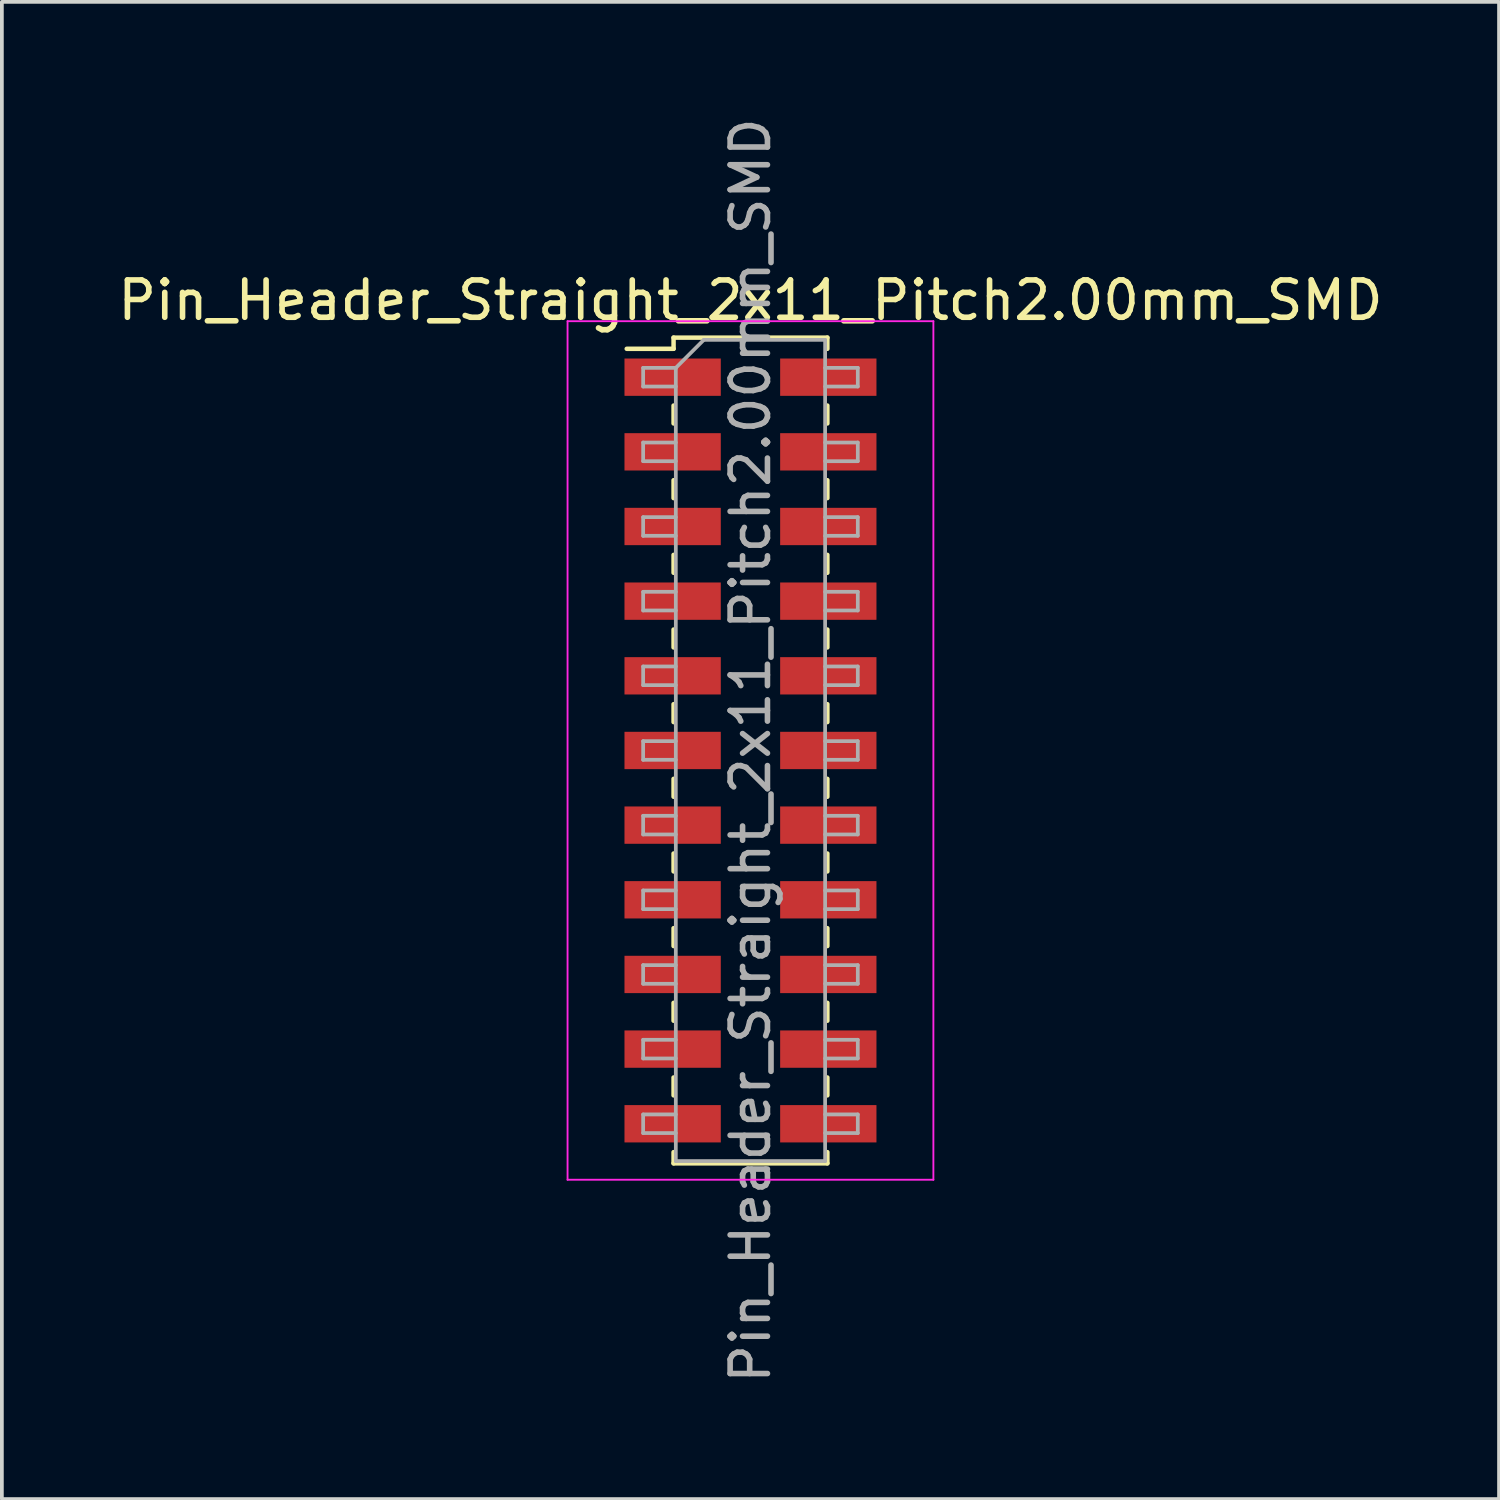
<source format=kicad_pcb>
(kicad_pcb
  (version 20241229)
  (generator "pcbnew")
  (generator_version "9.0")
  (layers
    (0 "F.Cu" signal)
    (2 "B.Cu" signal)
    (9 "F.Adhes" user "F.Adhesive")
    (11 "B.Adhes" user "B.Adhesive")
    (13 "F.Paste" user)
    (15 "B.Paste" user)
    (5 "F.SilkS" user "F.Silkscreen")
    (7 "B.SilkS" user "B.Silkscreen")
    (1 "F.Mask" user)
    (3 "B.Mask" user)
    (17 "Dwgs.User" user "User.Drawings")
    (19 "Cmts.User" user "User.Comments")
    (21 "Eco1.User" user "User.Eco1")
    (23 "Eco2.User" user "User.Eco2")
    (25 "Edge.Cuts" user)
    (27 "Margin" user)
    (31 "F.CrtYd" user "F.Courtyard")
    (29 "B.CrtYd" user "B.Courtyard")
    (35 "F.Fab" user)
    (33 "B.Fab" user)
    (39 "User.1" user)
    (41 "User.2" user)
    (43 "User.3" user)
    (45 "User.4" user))
  (footprint "Pin_Header_Straight_2x11_Pitch2.00mm_SMD"
    (layer "F.Cu")
    (at 17.054 17.054)
    (property "Reference" "Pin_Header_Straight_2x11_Pitch2.00mm_SMD" (at 0 -12.06 0) (layer "F.SilkS") (effects (font (size 1 1) (thickness 0.15))))
    (attr smd)
    (fp_line (start -3.315 -10.76) (end -2.06 -10.76) (stroke (width 0.12) (type solid)) (layer "F.SilkS"))
    (fp_line (start -2.06 -11.06) (end -2.06 -10.76) (stroke (width 0.12) (type solid)) (layer "F.SilkS"))
    (fp_line (start -2.06 -11.06) (end 2.06 -11.06) (stroke (width 0.12) (type solid)) (layer "F.SilkS"))
    (fp_line (start -2.06 -9.24) (end -2.06 -8.76) (stroke (width 0.12) (type solid)) (layer "F.SilkS"))
    (fp_line (start -2.06 -7.24) (end -2.06 -6.76) (stroke (width 0.12) (type solid)) (layer "F.SilkS"))
    (fp_line (start -2.06 -5.24) (end -2.06 -4.76) (stroke (width 0.12) (type solid)) (layer "F.SilkS"))
    (fp_line (start -2.06 -3.24) (end -2.06 -2.76) (stroke (width 0.12) (type solid)) (layer "F.SilkS"))
    (fp_line (start -2.06 -1.24) (end -2.06 -0.76) (stroke (width 0.12) (type solid)) (layer "F.SilkS"))
    (fp_line (start -2.06 0.76) (end -2.06 1.24) (stroke (width 0.12) (type solid)) (layer "F.SilkS"))
    (fp_line (start -2.06 2.76) (end -2.06 3.24) (stroke (width 0.12) (type solid)) (layer "F.SilkS"))
    (fp_line (start -2.06 4.76) (end -2.06 5.24) (stroke (width 0.12) (type solid)) (layer "F.SilkS"))
    (fp_line (start -2.06 6.76) (end -2.06 7.24) (stroke (width 0.12) (type solid)) (layer "F.SilkS"))
    (fp_line (start -2.06 8.76) (end -2.06 9.24) (stroke (width 0.12) (type solid)) (layer "F.SilkS"))
    (fp_line (start -2.06 10.76) (end -2.06 11.06) (stroke (width 0.12) (type solid)) (layer "F.SilkS"))
    (fp_line (start -2.06 11.06) (end 2.06 11.06) (stroke (width 0.12) (type solid)) (layer "F.SilkS"))
    (fp_line (start 2.06 -11.06) (end 2.06 -10.76) (stroke (width 0.12) (type solid)) (layer "F.SilkS"))
    (fp_line (start 2.06 -9.24) (end 2.06 -8.76) (stroke (width 0.12) (type solid)) (layer "F.SilkS"))
    (fp_line (start 2.06 -7.24) (end 2.06 -6.76) (stroke (width 0.12) (type solid)) (layer "F.SilkS"))
    (fp_line (start 2.06 -5.24) (end 2.06 -4.76) (stroke (width 0.12) (type solid)) (layer "F.SilkS"))
    (fp_line (start 2.06 -3.24) (end 2.06 -2.76) (stroke (width 0.12) (type solid)) (layer "F.SilkS"))
    (fp_line (start 2.06 -1.24) (end 2.06 -0.76) (stroke (width 0.12) (type solid)) (layer "F.SilkS"))
    (fp_line (start 2.06 0.76) (end 2.06 1.24) (stroke (width 0.12) (type solid)) (layer "F.SilkS"))
    (fp_line (start 2.06 2.76) (end 2.06 3.24) (stroke (width 0.12) (type solid)) (layer "F.SilkS"))
    (fp_line (start 2.06 4.76) (end 2.06 5.24) (stroke (width 0.12) (type solid)) (layer "F.SilkS"))
    (fp_line (start 2.06 6.76) (end 2.06 7.24) (stroke (width 0.12) (type solid)) (layer "F.SilkS"))
    (fp_line (start 2.06 8.76) (end 2.06 9.24) (stroke (width 0.12) (type solid)) (layer "F.SilkS"))
    (fp_line (start 2.06 10.76) (end 2.06 11.06) (stroke (width 0.12) (type solid)) (layer "F.SilkS"))
    (fp_line (start -4.9 -11.5) (end -4.9 11.5) (stroke (width 0.05) (type solid)) (layer "F.CrtYd"))
    (fp_line (start -4.9 11.5) (end 4.9 11.5) (stroke (width 0.05) (type solid)) (layer "F.CrtYd"))
    (fp_line (start 4.9 -11.5) (end -4.9 -11.5) (stroke (width 0.05) (type solid)) (layer "F.CrtYd"))
    (fp_line (start 4.9 11.5) (end 4.9 -11.5) (stroke (width 0.05) (type solid)) (layer "F.CrtYd"))
    (fp_line (start -2.875 -10.25) (end -2.875 -9.75) (stroke (width 0.1) (type solid)) (layer "F.Fab"))
    (fp_line (start -2.875 -9.75) (end -2 -9.75) (stroke (width 0.1) (type solid)) (layer "F.Fab"))
    (fp_line (start -2.875 -8.25) (end -2.875 -7.75) (stroke (width 0.1) (type solid)) (layer "F.Fab"))
    (fp_line (start -2.875 -7.75) (end -2 -7.75) (stroke (width 0.1) (type solid)) (layer "F.Fab"))
    (fp_line (start -2.875 -6.25) (end -2.875 -5.75) (stroke (width 0.1) (type solid)) (layer "F.Fab"))
    (fp_line (start -2.875 -5.75) (end -2 -5.75) (stroke (width 0.1) (type solid)) (layer "F.Fab"))
    (fp_line (start -2.875 -4.25) (end -2.875 -3.75) (stroke (width 0.1) (type solid)) (layer "F.Fab"))
    (fp_line (start -2.875 -3.75) (end -2 -3.75) (stroke (width 0.1) (type solid)) (layer "F.Fab"))
    (fp_line (start -2.875 -2.25) (end -2.875 -1.75) (stroke (width 0.1) (type solid)) (layer "F.Fab"))
    (fp_line (start -2.875 -1.75) (end -2 -1.75) (stroke (width 0.1) (type solid)) (layer "F.Fab"))
    (fp_line (start -2.875 -0.25) (end -2.875 0.25) (stroke (width 0.1) (type solid)) (layer "F.Fab"))
    (fp_line (start -2.875 0.25) (end -2 0.25) (stroke (width 0.1) (type solid)) (layer "F.Fab"))
    (fp_line (start -2.875 1.75) (end -2.875 2.25) (stroke (width 0.1) (type solid)) (layer "F.Fab"))
    (fp_line (start -2.875 2.25) (end -2 2.25) (stroke (width 0.1) (type solid)) (layer "F.Fab"))
    (fp_line (start -2.875 3.75) (end -2.875 4.25) (stroke (width 0.1) (type solid)) (layer "F.Fab"))
    (fp_line (start -2.875 4.25) (end -2 4.25) (stroke (width 0.1) (type solid)) (layer "F.Fab"))
    (fp_line (start -2.875 5.75) (end -2.875 6.25) (stroke (width 0.1) (type solid)) (layer "F.Fab"))
    (fp_line (start -2.875 6.25) (end -2 6.25) (stroke (width 0.1) (type solid)) (layer "F.Fab"))
    (fp_line (start -2.875 7.75) (end -2.875 8.25) (stroke (width 0.1) (type solid)) (layer "F.Fab"))
    (fp_line (start -2.875 8.25) (end -2 8.25) (stroke (width 0.1) (type solid)) (layer "F.Fab"))
    (fp_line (start -2.875 9.75) (end -2.875 10.25) (stroke (width 0.1) (type solid)) (layer "F.Fab"))
    (fp_line (start -2.875 10.25) (end -2 10.25) (stroke (width 0.1) (type solid)) (layer "F.Fab"))
    (fp_line (start -2 -10.25) (end -2.875 -10.25) (stroke (width 0.1) (type solid)) (layer "F.Fab"))
    (fp_line (start -2 -10.25) (end -1.25 -11) (stroke (width 0.1) (type solid)) (layer "F.Fab"))
    (fp_line (start -2 -8.25) (end -2.875 -8.25) (stroke (width 0.1) (type solid)) (layer "F.Fab"))
    (fp_line (start -2 -6.25) (end -2.875 -6.25) (stroke (width 0.1) (type solid)) (layer "F.Fab"))
    (fp_line (start -2 -4.25) (end -2.875 -4.25) (stroke (width 0.1) (type solid)) (layer "F.Fab"))
    (fp_line (start -2 -2.25) (end -2.875 -2.25) (stroke (width 0.1) (type solid)) (layer "F.Fab"))
    (fp_line (start -2 -0.25) (end -2.875 -0.25) (stroke (width 0.1) (type solid)) (layer "F.Fab"))
    (fp_line (start -2 1.75) (end -2.875 1.75) (stroke (width 0.1) (type solid)) (layer "F.Fab"))
    (fp_line (start -2 3.75) (end -2.875 3.75) (stroke (width 0.1) (type solid)) (layer "F.Fab"))
    (fp_line (start -2 5.75) (end -2.875 5.75) (stroke (width 0.1) (type solid)) (layer "F.Fab"))
    (fp_line (start -2 7.75) (end -2.875 7.75) (stroke (width 0.1) (type solid)) (layer "F.Fab"))
    (fp_line (start -2 9.75) (end -2.875 9.75) (stroke (width 0.1) (type solid)) (layer "F.Fab"))
    (fp_line (start -2 11) (end -2 -10.25) (stroke (width 0.1) (type solid)) (layer "F.Fab"))
    (fp_line (start -1.25 -11) (end 2 -11) (stroke (width 0.1) (type solid)) (layer "F.Fab"))
    (fp_line (start 2 -11) (end 2 11) (stroke (width 0.1) (type solid)) (layer "F.Fab"))
    (fp_line (start 2 -10.25) (end 2.875 -10.25) (stroke (width 0.1) (type solid)) (layer "F.Fab"))
    (fp_line (start 2 -8.25) (end 2.875 -8.25) (stroke (width 0.1) (type solid)) (layer "F.Fab"))
    (fp_line (start 2 -6.25) (end 2.875 -6.25) (stroke (width 0.1) (type solid)) (layer "F.Fab"))
    (fp_line (start 2 -4.25) (end 2.875 -4.25) (stroke (width 0.1) (type solid)) (layer "F.Fab"))
    (fp_line (start 2 -2.25) (end 2.875 -2.25) (stroke (width 0.1) (type solid)) (layer "F.Fab"))
    (fp_line (start 2 -0.25) (end 2.875 -0.25) (stroke (width 0.1) (type solid)) (layer "F.Fab"))
    (fp_line (start 2 1.75) (end 2.875 1.75) (stroke (width 0.1) (type solid)) (layer "F.Fab"))
    (fp_line (start 2 3.75) (end 2.875 3.75) (stroke (width 0.1) (type solid)) (layer "F.Fab"))
    (fp_line (start 2 5.75) (end 2.875 5.75) (stroke (width 0.1) (type solid)) (layer "F.Fab"))
    (fp_line (start 2 7.75) (end 2.875 7.75) (stroke (width 0.1) (type solid)) (layer "F.Fab"))
    (fp_line (start 2 9.75) (end 2.875 9.75) (stroke (width 0.1) (type solid)) (layer "F.Fab"))
    (fp_line (start 2 11) (end -2 11) (stroke (width 0.1) (type solid)) (layer "F.Fab"))
    (fp_line (start 2.875 -10.25) (end 2.875 -9.75) (stroke (width 0.1) (type solid)) (layer "F.Fab"))
    (fp_line (start 2.875 -9.75) (end 2 -9.75) (stroke (width 0.1) (type solid)) (layer "F.Fab"))
    (fp_line (start 2.875 -8.25) (end 2.875 -7.75) (stroke (width 0.1) (type solid)) (layer "F.Fab"))
    (fp_line (start 2.875 -7.75) (end 2 -7.75) (stroke (width 0.1) (type solid)) (layer "F.Fab"))
    (fp_line (start 2.875 -6.25) (end 2.875 -5.75) (stroke (width 0.1) (type solid)) (layer "F.Fab"))
    (fp_line (start 2.875 -5.75) (end 2 -5.75) (stroke (width 0.1) (type solid)) (layer "F.Fab"))
    (fp_line (start 2.875 -4.25) (end 2.875 -3.75) (stroke (width 0.1) (type solid)) (layer "F.Fab"))
    (fp_line (start 2.875 -3.75) (end 2 -3.75) (stroke (width 0.1) (type solid)) (layer "F.Fab"))
    (fp_line (start 2.875 -2.25) (end 2.875 -1.75) (stroke (width 0.1) (type solid)) (layer "F.Fab"))
    (fp_line (start 2.875 -1.75) (end 2 -1.75) (stroke (width 0.1) (type solid)) (layer "F.Fab"))
    (fp_line (start 2.875 -0.25) (end 2.875 0.25) (stroke (width 0.1) (type solid)) (layer "F.Fab"))
    (fp_line (start 2.875 0.25) (end 2 0.25) (stroke (width 0.1) (type solid)) (layer "F.Fab"))
    (fp_line (start 2.875 1.75) (end 2.875 2.25) (stroke (width 0.1) (type solid)) (layer "F.Fab"))
    (fp_line (start 2.875 2.25) (end 2 2.25) (stroke (width 0.1) (type solid)) (layer "F.Fab"))
    (fp_line (start 2.875 3.75) (end 2.875 4.25) (stroke (width 0.1) (type solid)) (layer "F.Fab"))
    (fp_line (start 2.875 4.25) (end 2 4.25) (stroke (width 0.1) (type solid)) (layer "F.Fab"))
    (fp_line (start 2.875 5.75) (end 2.875 6.25) (stroke (width 0.1) (type solid)) (layer "F.Fab"))
    (fp_line (start 2.875 6.25) (end 2 6.25) (stroke (width 0.1) (type solid)) (layer "F.Fab"))
    (fp_line (start 2.875 7.75) (end 2.875 8.25) (stroke (width 0.1) (type solid)) (layer "F.Fab"))
    (fp_line (start 2.875 8.25) (end 2 8.25) (stroke (width 0.1) (type solid)) (layer "F.Fab"))
    (fp_line (start 2.875 9.75) (end 2.875 10.25) (stroke (width 0.1) (type solid)) (layer "F.Fab"))
    (fp_line (start 2.875 10.25) (end 2 10.25) (stroke (width 0.1) (type solid)) (layer "F.Fab"))
    (fp_text user "${REFERENCE}" (at 0 0 90) (layer "F.Fab") (effects (font (size 1 1) (thickness 0.15))))
    (pad "1" smd rect (at -2.085 -10) (size 2.58 1) (layers "F.Cu" "F.Mask" "F.Paste"))
    (pad "2" smd rect (at 2.085 -10) (size 2.58 1) (layers "F.Cu" "F.Mask" "F.Paste"))
    (pad "3" smd rect (at -2.085 -8) (size 2.58 1) (layers "F.Cu" "F.Mask" "F.Paste"))
    (pad "4" smd rect (at 2.085 -8) (size 2.58 1) (layers "F.Cu" "F.Mask" "F.Paste"))
    (pad "5" smd rect (at -2.085 -6) (size 2.58 1) (layers "F.Cu" "F.Mask" "F.Paste"))
    (pad "6" smd rect (at 2.085 -6) (size 2.58 1) (layers "F.Cu" "F.Mask" "F.Paste"))
    (pad "7" smd rect (at -2.085 -4) (size 2.58 1) (layers "F.Cu" "F.Mask" "F.Paste"))
    (pad "8" smd rect (at 2.085 -4) (size 2.58 1) (layers "F.Cu" "F.Mask" "F.Paste"))
    (pad "9" smd rect (at -2.085 -2) (size 2.58 1) (layers "F.Cu" "F.Mask" "F.Paste"))
    (pad "10" smd rect (at 2.085 -2) (size 2.58 1) (layers "F.Cu" "F.Mask" "F.Paste"))
    (pad "11" smd rect (at -2.085 0) (size 2.58 1) (layers "F.Cu" "F.Mask" "F.Paste"))
    (pad "12" smd rect (at 2.085 0) (size 2.58 1) (layers "F.Cu" "F.Mask" "F.Paste"))
    (pad "13" smd rect (at -2.085 2) (size 2.58 1) (layers "F.Cu" "F.Mask" "F.Paste"))
    (pad "14" smd rect (at 2.085 2) (size 2.58 1) (layers "F.Cu" "F.Mask" "F.Paste"))
    (pad "15" smd rect (at -2.085 4) (size 2.58 1) (layers "F.Cu" "F.Mask" "F.Paste"))
    (pad "16" smd rect (at 2.085 4) (size 2.58 1) (layers "F.Cu" "F.Mask" "F.Paste"))
    (pad "17" smd rect (at -2.085 6) (size 2.58 1) (layers "F.Cu" "F.Mask" "F.Paste"))
    (pad "18" smd rect (at 2.085 6) (size 2.58 1) (layers "F.Cu" "F.Mask" "F.Paste"))
    (pad "19" smd rect (at -2.085 8) (size 2.58 1) (layers "F.Cu" "F.Mask" "F.Paste"))
    (pad "20" smd rect (at 2.085 8) (size 2.58 1) (layers "F.Cu" "F.Mask" "F.Paste"))
    (pad "21" smd rect (at -2.085 10) (size 2.58 1) (layers "F.Cu" "F.Mask" "F.Paste"))
    (pad "22" smd rect (at 2.085 10) (size 2.58 1) (layers "F.Cu" "F.Mask" "F.Paste")))
  (gr_rect
    (start -3 -3)
    (end 37.107 37.107)
    (stroke (width 0.1) (type default))
    (fill no)
    (layer "Edge.Cuts")))
</source>
